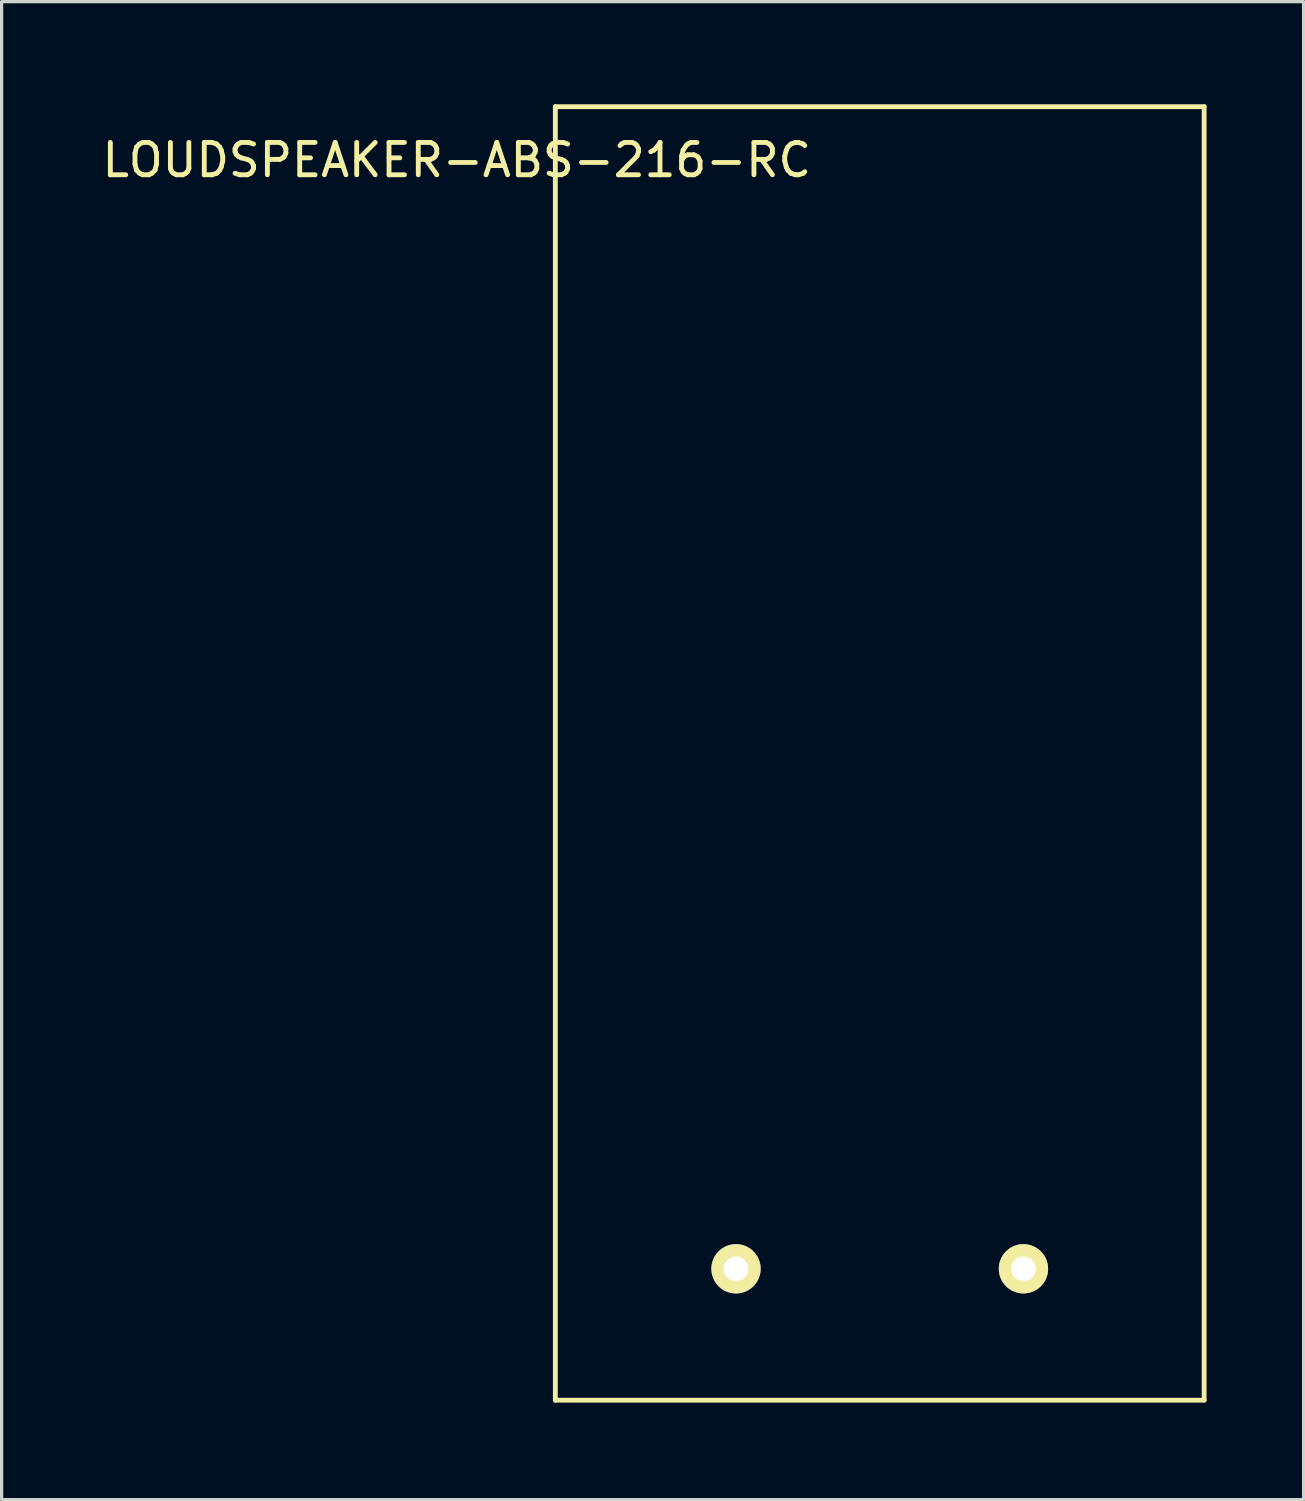
<source format=kicad_pcb>
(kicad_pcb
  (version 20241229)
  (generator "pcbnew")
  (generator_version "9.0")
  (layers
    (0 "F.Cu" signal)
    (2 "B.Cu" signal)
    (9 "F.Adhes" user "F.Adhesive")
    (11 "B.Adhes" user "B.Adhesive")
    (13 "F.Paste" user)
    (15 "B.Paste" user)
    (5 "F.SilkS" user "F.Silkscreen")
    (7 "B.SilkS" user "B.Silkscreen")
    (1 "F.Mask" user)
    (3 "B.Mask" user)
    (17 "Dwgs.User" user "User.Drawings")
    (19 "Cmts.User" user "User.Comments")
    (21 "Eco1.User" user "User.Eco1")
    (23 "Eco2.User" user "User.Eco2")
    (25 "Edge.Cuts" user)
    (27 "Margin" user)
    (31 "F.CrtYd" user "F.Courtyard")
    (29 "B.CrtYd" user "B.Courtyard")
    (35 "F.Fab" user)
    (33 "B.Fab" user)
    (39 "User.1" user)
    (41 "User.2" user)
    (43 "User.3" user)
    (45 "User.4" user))
  (footprint "LOUDSPEAKER-ABS-216-RC"
    (layer "F.Cu")
    (at 14.125 0.25)
    (property "Reference" "LOUDSPEAKER-ABS-216-RC" (at -3.048 1.651 0) (layer "F.SilkS") (effects (font (size 1 1) (thickness 0.15))))
    (attr through_hole)
    (fp_line (start 0 0) (end 0 40.005) (stroke (width 0.15) (type solid)) (layer "F.SilkS"))
    (fp_line (start 0 40.005) (end 20.066 40.005) (stroke (width 0.15) (type solid)) (layer "F.SilkS"))
    (fp_line (start 20.066 0) (end 0 0) (stroke (width 0.15) (type solid)) (layer "F.SilkS"))
    (fp_line (start 20.066 40.005) (end 20.066 0) (stroke (width 0.15) (type solid)) (layer "F.SilkS"))
    (pad "1" thru_hole circle (at 14.478 35.941) (size 1.524 1.524) (drill 0.762) (layers "*.Cu" "*.Mask" "F.SilkS"))
    (pad "2" thru_hole circle (at 5.588 35.941) (size 1.524 1.524) (drill 0.762) (layers "*.Cu" "*.Mask" "F.SilkS")))
  (gr_rect
    (start -3 -3)
    (end 37.266 43.33)
    (stroke (width 0.1) (type default))
    (fill no)
    (layer "Edge.Cuts")))
</source>
